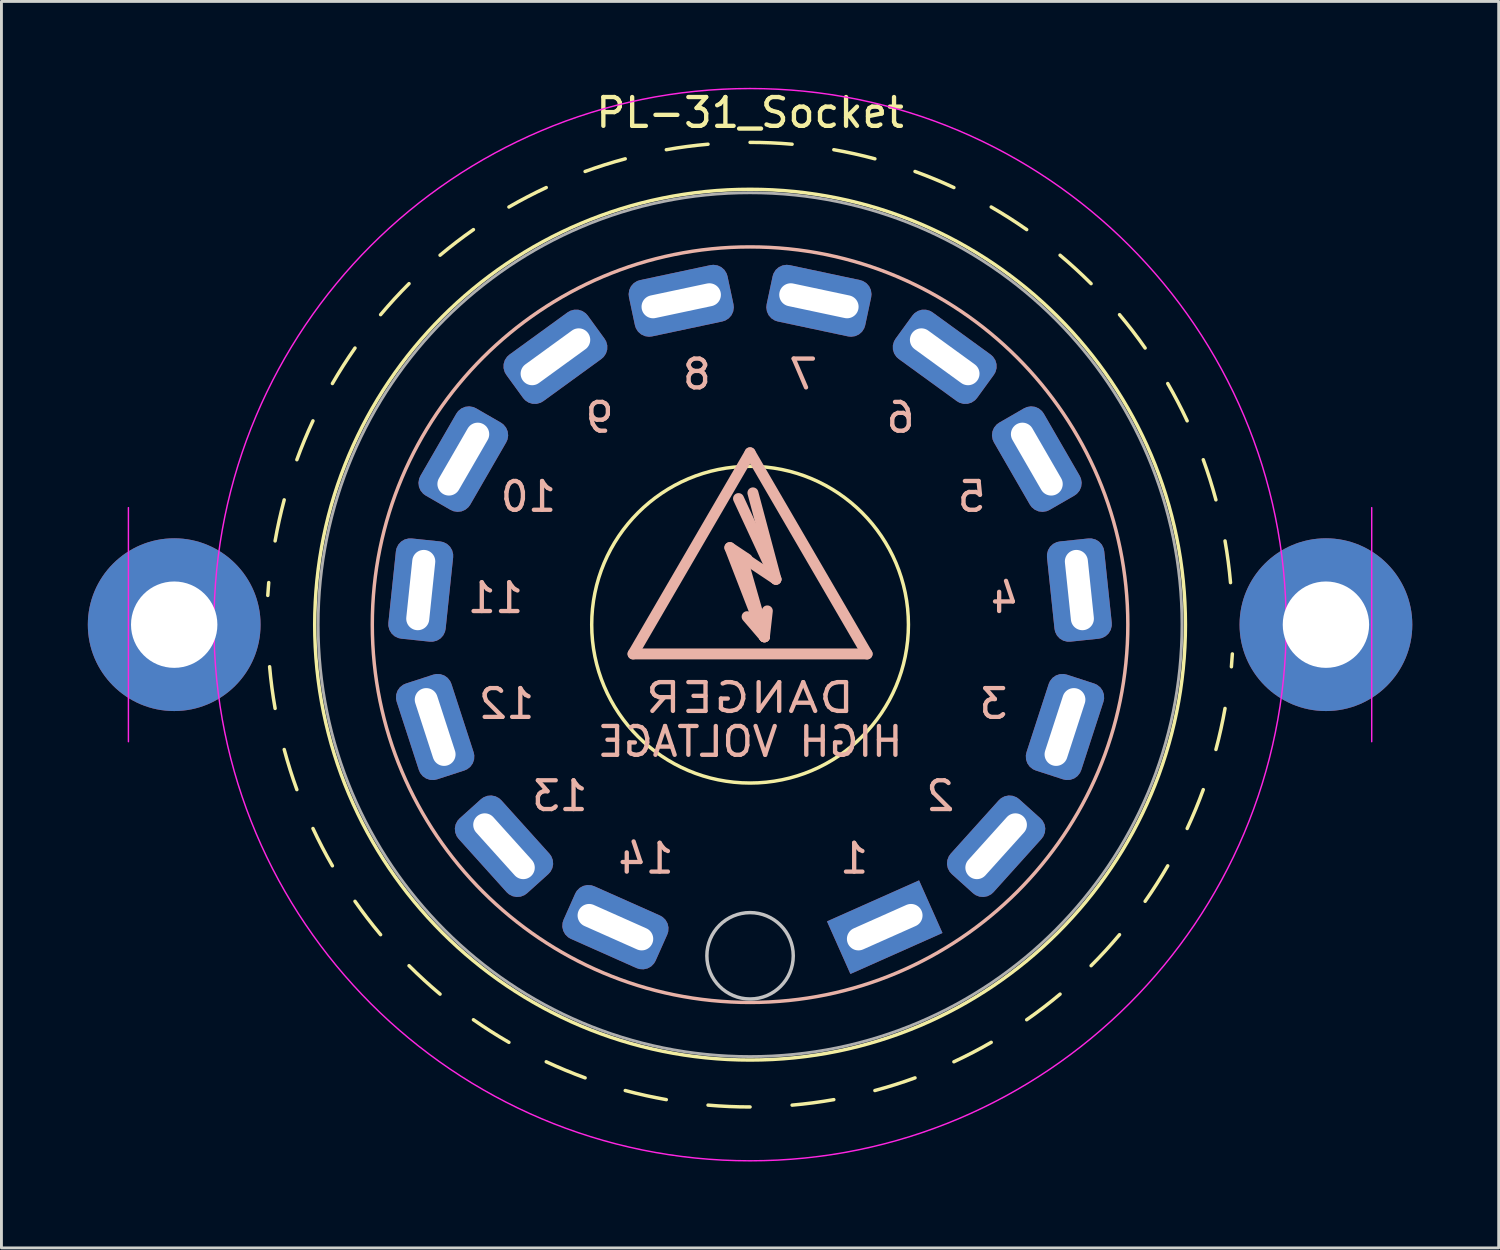
<source format=kicad_pcb>
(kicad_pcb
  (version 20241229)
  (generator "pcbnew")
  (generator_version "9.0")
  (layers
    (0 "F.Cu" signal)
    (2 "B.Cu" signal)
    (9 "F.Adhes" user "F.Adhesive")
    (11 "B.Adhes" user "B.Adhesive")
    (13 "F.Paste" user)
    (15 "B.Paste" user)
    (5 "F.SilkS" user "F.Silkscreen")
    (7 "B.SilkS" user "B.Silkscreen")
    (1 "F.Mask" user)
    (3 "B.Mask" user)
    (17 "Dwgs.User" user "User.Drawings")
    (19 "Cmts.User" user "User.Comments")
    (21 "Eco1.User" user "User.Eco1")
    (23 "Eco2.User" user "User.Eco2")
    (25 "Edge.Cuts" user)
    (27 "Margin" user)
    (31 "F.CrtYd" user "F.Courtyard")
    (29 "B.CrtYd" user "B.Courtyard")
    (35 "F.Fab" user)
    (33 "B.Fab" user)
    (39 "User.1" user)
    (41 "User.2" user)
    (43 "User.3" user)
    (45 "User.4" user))
  (footprint "PL-31_Socket"
    (layer "F.Cu")
    (at 23 18.645)
    (property "Reference" "PL-31_Socket" (at 0 -17.78 0) (layer "F.SilkS") (effects (font (size 1 1) (thickness 0.15))))
    (attr through_hole)
    (fp_arc (start -16.75 -1.016) (mid -16.734954 -1.239381) (end -16.716929 -1.462542) (stroke (width 0.12) (type solid)) (layer "F.SilkS"))
    (fp_arc (start -16.49553 -2.908607) (mid -16.352958 -3.625364) (end -16.179258 -4.335219) (stroke (width 0.12) (type solid)) (layer "F.SilkS"))
    (fp_arc (start -16.49553 2.908607) (mid -16.606702 2.186314) (end -16.686261 1.459859) (stroke (width 0.12) (type solid)) (layer "F.SilkS"))
    (fp_arc (start -15.739851 -5.728837) (mid -15.474982 -6.409947) (end -15.180655 -7.078855) (stroke (width 0.12) (type solid)) (layer "F.SilkS"))
    (fp_arc (start -15.739851 5.728837) (mid -15.974758 5.036822) (end -16.179257 4.335219) (stroke (width 0.12) (type solid)) (layer "F.SilkS"))
    (fp_arc (start -14.505926 -8.375) (mid -14.126807 -8.999768) (end -13.720797 -9.607405) (stroke (width 0.12) (type solid)) (layer "F.SilkS"))
    (fp_arc (start -14.505926 8.375) (mid -14.857432 7.734289) (end -15.180656 7.078856) (stroke (width 0.12) (type solid)) (layer "F.SilkS"))
    (fp_arc (start -12.831244 -10.766692) (mid -12.349395 -11.316136) (end -11.844038 -11.844038) (stroke (width 0.12) (type solid)) (layer "F.SilkS"))
    (fp_arc (start -12.831244 10.766692) (mid -13.288668 10.196754) (end -13.720796 9.607405) (stroke (width 0.12) (type solid)) (layer "F.SilkS"))
    (fp_arc (start -10.766692 -12.831244) (mid -10.196754 -13.288668) (end -9.607405 -13.720796) (stroke (width 0.12) (type solid)) (layer "F.SilkS"))
    (fp_arc (start -10.766692 12.831244) (mid -11.316136 12.349395) (end -11.844038 11.844038) (stroke (width 0.12) (type solid)) (layer "F.SilkS"))
    (fp_arc (start -8.375 -14.505926) (mid -7.734289 -14.857432) (end -7.078856 -15.180656) (stroke (width 0.12) (type solid)) (layer "F.SilkS"))
    (fp_arc (start -8.375 14.505926) (mid -8.999768 14.126807) (end -9.607405 13.720797) (stroke (width 0.12) (type solid)) (layer "F.SilkS"))
    (fp_arc (start -5.728837 -15.739851) (mid -5.036822 -15.974758) (end -4.335219 -16.179257) (stroke (width 0.12) (type solid)) (layer "F.SilkS"))
    (fp_arc (start -5.728837 15.739851) (mid -6.409947 15.474982) (end -7.078855 15.180655) (stroke (width 0.12) (type solid)) (layer "F.SilkS"))
    (fp_arc (start -2.908607 -16.49553) (mid -2.186314 -16.606702) (end -1.459859 -16.686261) (stroke (width 0.12) (type solid)) (layer "F.SilkS"))
    (fp_arc (start -2.908607 16.49553) (mid -3.625364 16.352958) (end -4.335219 16.179258) (stroke (width 0.12) (type solid)) (layer "F.SilkS"))
    (fp_arc (start 0 -16.75) (mid 0.730625 -16.734058) (end 1.459859 -16.686261) (stroke (width 0.12) (type solid)) (layer "F.SilkS"))
    (fp_arc (start 0 16.75) (mid -0.730625 16.734058) (end -1.459859 16.686261) (stroke (width 0.12) (type solid)) (layer "F.SilkS"))
    (fp_arc (start 2.908607 -16.49553) (mid 3.625364 -16.352958) (end 4.335219 -16.179258) (stroke (width 0.12) (type solid)) (layer "F.SilkS"))
    (fp_arc (start 2.908607 16.49553) (mid 2.186314 16.606702) (end 1.459859 16.686261) (stroke (width 0.12) (type solid)) (layer "F.SilkS"))
    (fp_arc (start 5.728837 -15.739851) (mid 6.409947 -15.474982) (end 7.078855 -15.180655) (stroke (width 0.12) (type solid)) (layer "F.SilkS"))
    (fp_arc (start 5.728837 15.739851) (mid 5.036822 15.974758) (end 4.335219 16.179257) (stroke (width 0.12) (type solid)) (layer "F.SilkS"))
    (fp_arc (start 8.375 -14.505926) (mid 8.999768 -14.126807) (end 9.607405 -13.720797) (stroke (width 0.12) (type solid)) (layer "F.SilkS"))
    (fp_arc (start 8.375 14.505926) (mid 7.734289 14.857432) (end 7.078856 15.180656) (stroke (width 0.12) (type solid)) (layer "F.SilkS"))
    (fp_arc (start 10.766692 -12.831244) (mid 11.316136 -12.349395) (end 11.844038 -11.844038) (stroke (width 0.12) (type solid)) (layer "F.SilkS"))
    (fp_arc (start 10.766692 12.831244) (mid 10.196754 13.288668) (end 9.607405 13.720796) (stroke (width 0.12) (type solid)) (layer "F.SilkS"))
    (fp_arc (start 12.831244 -10.766692) (mid 13.288668 -10.196754) (end 13.720796 -9.607405) (stroke (width 0.12) (type solid)) (layer "F.SilkS"))
    (fp_arc (start 12.831244 10.766692) (mid 12.349395 11.316136) (end 11.844038 11.844038) (stroke (width 0.12) (type solid)) (layer "F.SilkS"))
    (fp_arc (start 14.505926 -8.375) (mid 14.857432 -7.734289) (end 15.180656 -7.078856) (stroke (width 0.12) (type solid)) (layer "F.SilkS"))
    (fp_arc (start 14.505926 8.375) (mid 14.126807 8.999768) (end 13.720797 9.607405) (stroke (width 0.12) (type solid)) (layer "F.SilkS"))
    (fp_arc (start 15.739851 -5.728837) (mid 15.974758 -5.036822) (end 16.179257 -4.335219) (stroke (width 0.12) (type solid)) (layer "F.SilkS"))
    (fp_arc (start 15.739851 5.728837) (mid 15.474982 6.409947) (end 15.180655 7.078855) (stroke (width 0.12) (type solid)) (layer "F.SilkS"))
    (fp_arc (start 16.49553 -2.908607) (mid 16.606702 -2.186314) (end 16.686261 -1.459859) (stroke (width 0.12) (type solid)) (layer "F.SilkS"))
    (fp_arc (start 16.49553 2.908607) (mid 16.352958 3.625364) (end 16.179258 4.335219) (stroke (width 0.12) (type solid)) (layer "F.SilkS"))
    (fp_arc (start 16.75 1.016) (mid 16.734954 1.239381) (end 16.716929 1.462542) (stroke (width 0.12) (type solid)) (layer "F.SilkS"))
    (fp_circle (center 0 0) (end 0 15.12) (stroke (width 0.12) (type solid)) (fill no) (layer "F.SilkS"))
    (fp_circle (center 0 0) (end 5.5 0) (stroke (width 0.12) (type solid)) (fill no) (layer "F.SilkS"))
    (fp_line (start -4.064 1.016) (end 4.064 1.016) (stroke (width 0.381) (type solid)) (layer "B.SilkS"))
    (fp_line (start -0.701 -2.677) (end -0.102 -2.278) (stroke (width 0.381) (type solid)) (layer "B.SilkS"))
    (fp_line (start -0.3 -2.377) (end 0.498 0.422) (stroke (width 0.381) (type solid)) (layer "B.SilkS"))
    (fp_line (start 0 -5.969) (end -4.064 1.016) (stroke (width 0.381) (type solid)) (layer "B.SilkS"))
    (fp_line (start 0.099 -4.577) (end 0.899 -1.577) (stroke (width 0.381) (type solid)) (layer "B.SilkS"))
    (fp_line (start 0.498 0.422) (end -0.701 -2.677) (stroke (width 0.381) (type solid)) (layer "B.SilkS"))
    (fp_line (start 0.498 0.422) (end -0.102 -0.277) (stroke (width 0.381) (type solid)) (layer "B.SilkS"))
    (fp_line (start 0.498 0.422) (end 0.599 -0.478) (stroke (width 0.381) (type solid)) (layer "B.SilkS"))
    (fp_line (start 0.899 -1.577) (end -0.401 -4.379) (stroke (width 0.381) (type solid)) (layer "B.SilkS"))
    (fp_line (start 0.899 -1.577) (end -0.3 -2.377) (stroke (width 0.381) (type solid)) (layer "B.SilkS"))
    (fp_line (start 4.064 1.016) (end 0 -5.969) (stroke (width 0.381) (type solid)) (layer "B.SilkS"))
    (fp_circle (center 0 0) (end 13.12 0) (stroke (width 0.12) (type solid)) (fill no) (layer "B.SilkS"))
    (fp_circle (center 0 11.5) (end 1.5 11.5) (stroke (width 0.12) (type solid)) (fill no) (layer "Dwgs.User"))
    (fp_line (start -21.59 -4.064) (end -21.59 4.064) (stroke (width 0.05) (type solid)) (layer "F.CrtYd"))
    (fp_line (start 21.59 4.064) (end 21.59 -4.064) (stroke (width 0.05) (type solid)) (layer "F.CrtYd"))
    (fp_circle (center 0 0) (end 0 18.62) (stroke (width 0.05) (type solid)) (fill no) (layer "F.CrtYd"))
    (fp_circle (center 0 0) (end 15 0) (stroke (width 0.1) (type solid)) (fill no) (layer "F.Fab"))
    (fp_text user "11" (at -8.841 -0.929 0) (layer "B.SilkS") (effects (font (size 1 1) (thickness 0.15)) (justify mirror)))
    (fp_text user "HIGH VOLTAGE" (at 0 4.064 0) (layer "B.SilkS") (effects (font (size 1 1) (thickness 0.15)) (justify mirror)))
    (fp_text user "9" (at -5.225 -7.192 0) (layer "B.SilkS") (effects (font (size 1 1) (thickness 0.15)) (justify mirror)))
    (fp_text user "14" (at -3.616 8.121 0) (layer "B.SilkS") (effects (font (size 1 1) (thickness 0.15)) (justify mirror)))
    (fp_text user "13" (at -6.607 5.949 0) (layer "B.SilkS") (effects (font (size 1 1) (thickness 0.15)) (justify mirror)))
    (fp_text user "12" (at -8.455 2.747 0) (layer "B.SilkS") (effects (font (size 1 1) (thickness 0.15)) (justify mirror)))
    (fp_text user "4" (at 8.841 -0.929 0) (layer "B.SilkS") (effects (font (size 1 1) (thickness 0.15)) (justify mirror)))
    (fp_text user "10" (at -7.699 -4.445 0) (layer "B.SilkS") (effects (font (size 1 1) (thickness 0.15)) (justify mirror)))
    (fp_text user "7" (at 1.848 -8.696 0) (layer "B.SilkS") (effects (font (size 1 1) (thickness 0.15)) (justify mirror)))
    (fp_text user "1" (at 3.616 8.121 0) (layer "B.SilkS") (effects (font (size 1 1) (thickness 0.15)) (justify mirror)))
    (fp_text user "2" (at 6.607 5.949 0) (layer "B.SilkS") (effects (font (size 1 1) (thickness 0.15)) (justify mirror)))
    (fp_text user "6" (at 5.225 -7.192 0) (layer "B.SilkS") (effects (font (size 1 1) (thickness 0.15)) (justify mirror)))
    (fp_text user "5" (at 7.699 -4.445 0) (layer "B.SilkS") (effects (font (size 1 1) (thickness 0.15)) (justify mirror)))
    (fp_text user "DANGER" (at 0 2.54 0) (layer "B.SilkS") (effects (font (size 1 1.25) (thickness 0.15)) (justify mirror)))
    (fp_text user "3" (at 8.455 2.747 0) (layer "B.SilkS") (effects (font (size 1 1) (thickness 0.15)) (justify mirror)))
    (fp_text user "8" (at -1.848 -8.696 0) (layer "B.SilkS") (effects (font (size 1 1) (thickness 0.15)) (justify mirror)))
    (pad "" np_thru_hole circle (at -20 0 180) (size 6 6) (drill 3) (layers "*.Cu" "*.Mask"))
    (pad "" np_thru_hole circle (at 20 0) (size 6 6) (drill 3) (layers "*.Cu" "*.Mask"))
    (pad "1" thru_hole rect (at 4.677 10.506 114) (size 2 3.5) (drill oval 0.8 2.8) (layers "*.Cu" "*.Mask"))
    (pad "2" thru_hole roundrect (at 8.546 7.695 138) (size 2 3.5) (drill oval 0.8 2.8) (layers "*.Cu" "*.Mask") (roundrect_rratio 0.25))
    (pad "3" thru_hole roundrect (at 10.937 3.554 162) (size 2 3.5) (drill oval 0.8 2.8) (layers "*.Cu" "*.Mask") (roundrect_rratio 0.25))
    (pad "4" thru_hole roundrect (at 11.437 -1.202 186) (size 2 3.5) (drill oval 0.8 2.8) (layers "*.Cu" "*.Mask") (roundrect_rratio 0.25))
    (pad "5" thru_hole roundrect (at 9.959 -5.75 210) (size 2 3.5) (drill oval 0.8 2.8) (layers "*.Cu" "*.Mask") (roundrect_rratio 0.25))
    (pad "6" thru_hole roundrect (at 6.76 -9.304 234) (size 2 3.5) (drill oval 0.8 2.8) (layers "*.Cu" "*.Mask") (roundrect_rratio 0.25))
    (pad "7" thru_hole roundrect (at 2.391 -11.249 258) (size 2 3.5) (drill oval 0.8 2.8) (layers "*.Cu" "*.Mask") (roundrect_rratio 0.25))
    (pad "8" thru_hole roundrect (at -2.391 -11.249 282) (size 2 3.5) (drill oval 0.8 2.8) (layers "*.Cu" "*.Mask") (roundrect_rratio 0.25))
    (pad "9" thru_hole roundrect (at -6.76 -9.304 306) (size 2 3.5) (drill oval 0.8 2.8) (layers "*.Cu" "*.Mask") (roundrect_rratio 0.25))
    (pad "10" thru_hole roundrect (at -9.959 -5.75 330) (size 2 3.5) (drill oval 0.8 2.8) (layers "*.Cu" "*.Mask") (roundrect_rratio 0.25))
    (pad "11" thru_hole roundrect (at -11.437 -1.202 354) (size 2 3.5) (drill oval 0.8 2.8) (layers "*.Cu" "*.Mask") (roundrect_rratio 0.25))
    (pad "12" thru_hole roundrect (at -10.937 3.554 18) (size 2 3.5) (drill oval 0.8 2.8) (layers "*.Cu" "*.Mask") (roundrect_rratio 0.25))
    (pad "13" thru_hole roundrect (at -8.546 7.695 42) (size 2 3.5) (drill oval 0.8 2.8) (layers "*.Cu" "*.Mask") (roundrect_rratio 0.25))
    (pad "14" thru_hole roundrect (at -4.677 10.506 66) (size 2 3.5) (drill oval 0.8 2.8) (layers "*.Cu" "*.Mask") (roundrect_rratio 0.25)))
  (gr_rect
    (start -3 -3)
    (end 49 40.29)
    (stroke (width 0.1) (type default))
    (fill no)
    (layer "Edge.Cuts")))
</source>
